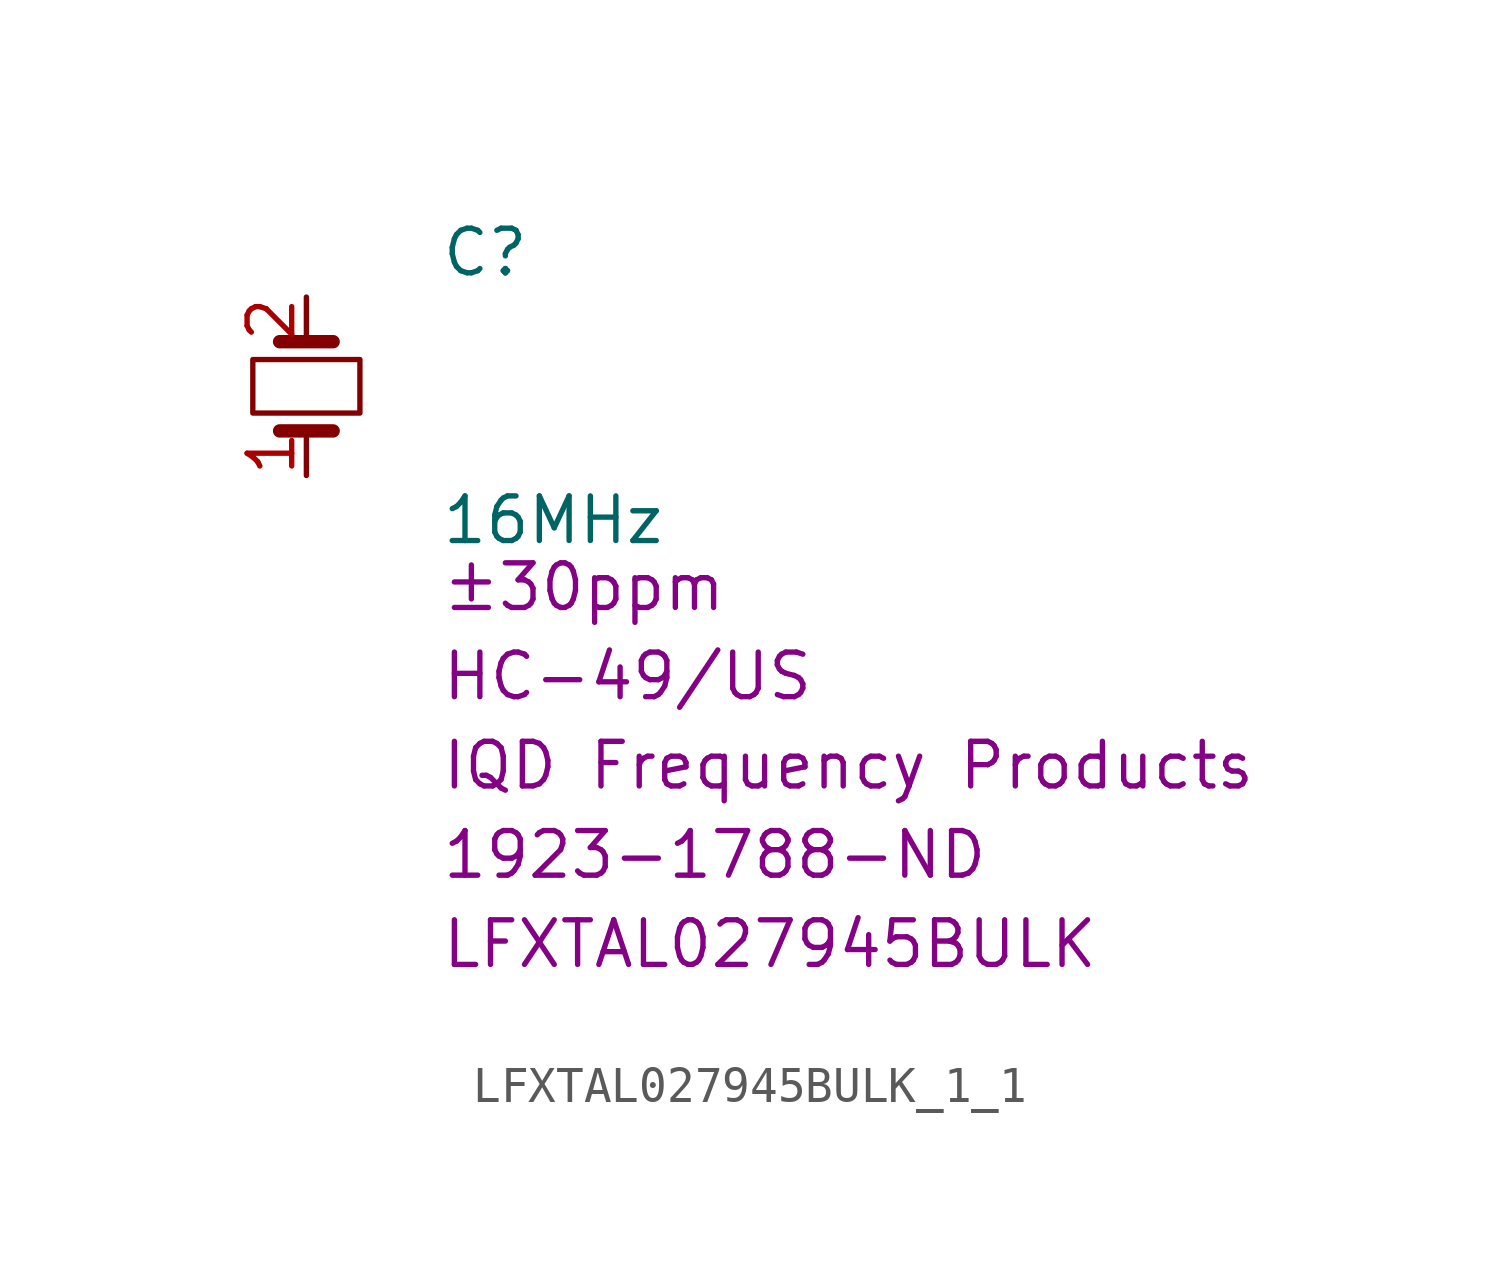
<source format=kicad_sym>
(kicad_symbol_lib
  (version 20231120)
  (generator "kicad_symbol_editor")
  (generator_version "8.0")
  (symbol "LFXTAL027945BULK_1_1"
    (property "Reference" "C"
      (at 3.81 3.81 0)
      (effects (font (size 1.27 1.27)) (justify left)))
    (property "Value" "16MHz"
      (at 3.81 -3.81 0)
      (effects (font (size 1.27 1.27)) (justify left)))
    (property "Tolerance" "±30ppm"
      (at 3.81 -5.715 0)
      (effects (font (size 1.27 1.27)) (justify left)))
    (property "Chip Set" "HC-49/US"
      (at 3.81 -8.255 0)
      (effects (font (size 1.27 1.27)) (justify left)))
    (property "Manufacturer" "IQD Frequency Products"
      (at 3.81 -10.795 0)
      (effects (font (size 1.27 1.27)) (justify left)))
    (property "MPN" "LFXTAL027945BULK"
      (at 3.81 -15.875 0)
      (effects (font (size 1.27 1.27)) (justify left)))
    (property "Digi-Key_PN" "1923-1788-ND"
      (at 3.81 -13.335 0)
      (effects (font (size 1.27 1.27)) (justify left)))
    (symbol "LFXTAL027945BULK_1_1_1_1"
      (polyline (pts (xy 0.762 -1.27) (xy -0.762 -1.27)) (stroke (width 0.381) (type default)) (fill (type none)))
      (polyline (pts (xy 0.762 1.27) (xy -0.762 1.27)) (stroke (width 0.381) (type default)) (fill (type none)))
      (rectangle (start 1.524 -0.762) (end -1.524 0.762) (stroke (width 0) (type default)) (fill (type none)))
      (pin passive line (at 0 -2.54 90) (length 1.27) (name "~" (effects (font (size 1.27 1.27)))) (number "1" (effects (font (size 1.27 1.27)))))
      (pin passive line (at 0 2.54 270) (length 1.27) (name "~" (effects (font (size 1.27 1.27)))) (number "2" (effects (font (size 1.27 1.27))))))))
</source>
